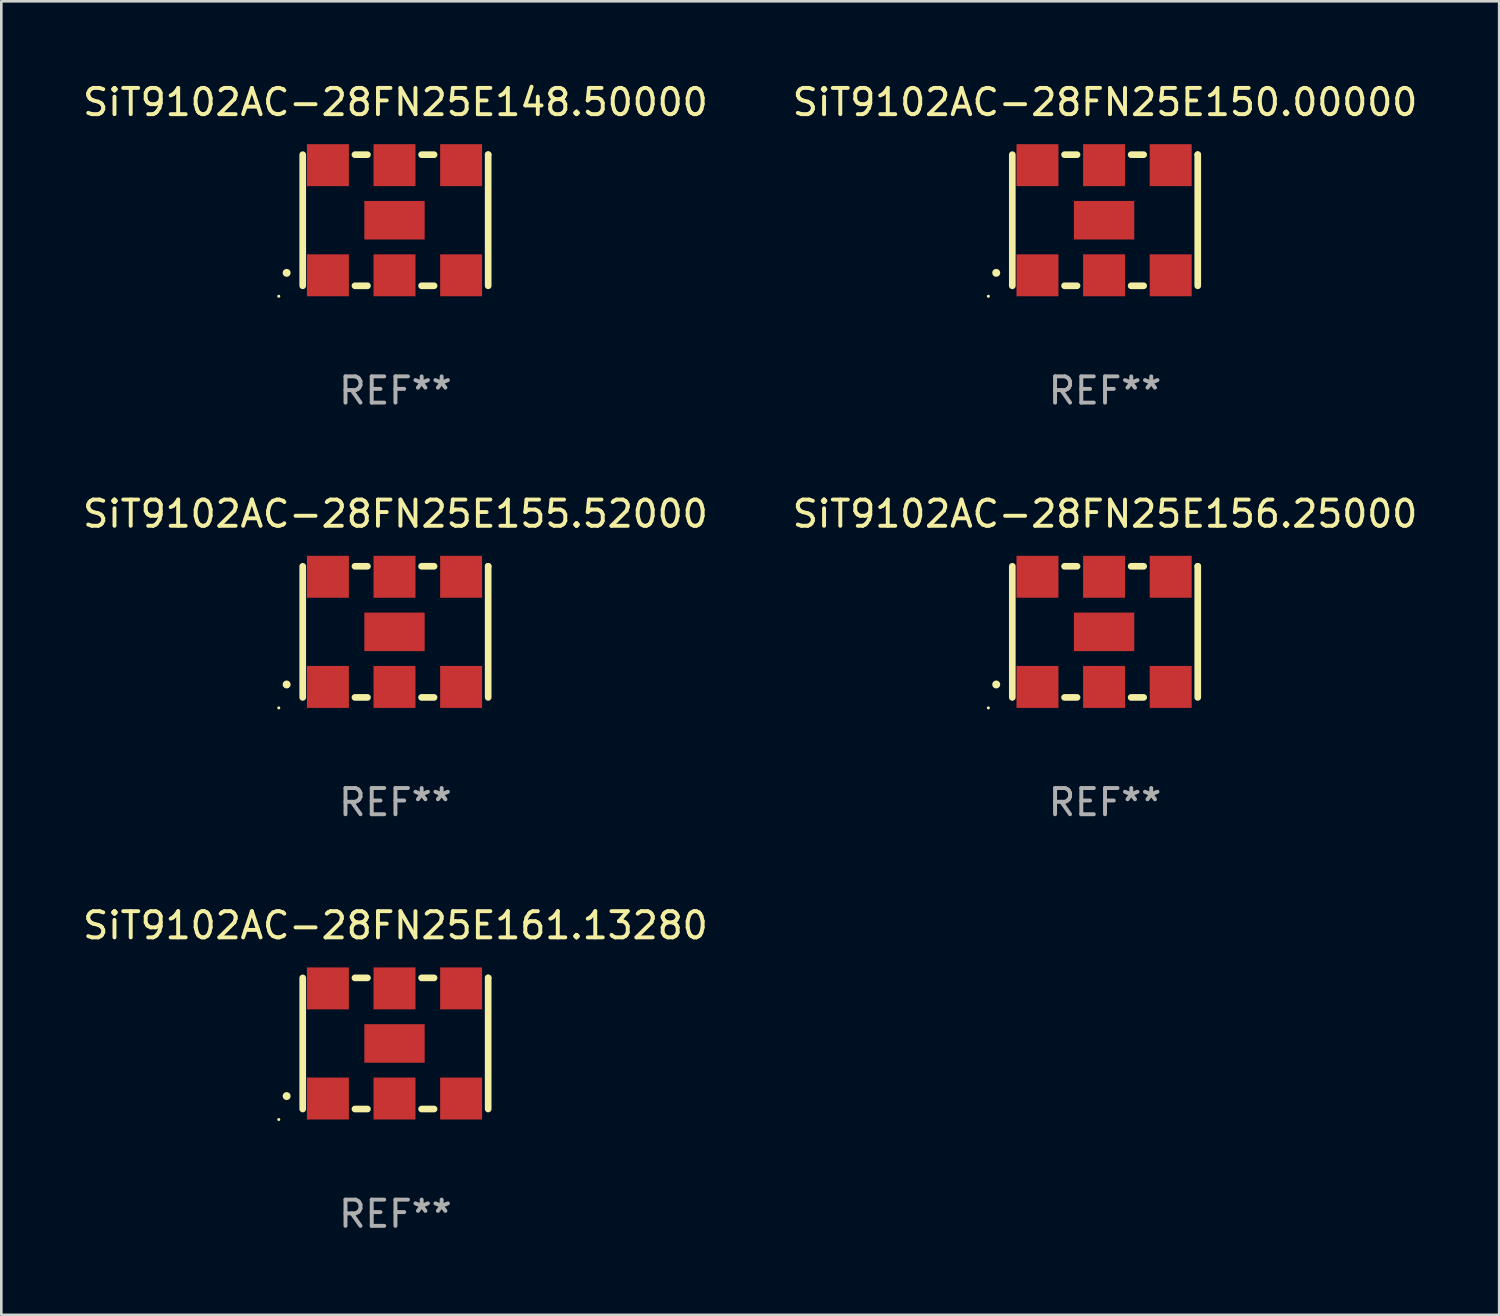
<source format=kicad_pcb>
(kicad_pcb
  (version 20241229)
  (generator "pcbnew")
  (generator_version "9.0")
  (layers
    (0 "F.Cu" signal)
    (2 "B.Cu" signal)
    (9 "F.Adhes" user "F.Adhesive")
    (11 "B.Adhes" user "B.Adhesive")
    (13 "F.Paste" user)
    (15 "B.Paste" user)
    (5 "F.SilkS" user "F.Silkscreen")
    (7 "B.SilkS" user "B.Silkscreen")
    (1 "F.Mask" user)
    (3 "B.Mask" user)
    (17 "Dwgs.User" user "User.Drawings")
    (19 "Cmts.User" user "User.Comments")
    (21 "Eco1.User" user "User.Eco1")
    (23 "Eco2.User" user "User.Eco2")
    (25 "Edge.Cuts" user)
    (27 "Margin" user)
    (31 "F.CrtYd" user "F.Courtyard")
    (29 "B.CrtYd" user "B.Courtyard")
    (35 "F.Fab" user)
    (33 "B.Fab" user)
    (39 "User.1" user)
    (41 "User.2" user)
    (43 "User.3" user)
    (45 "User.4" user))
  (footprint "SiT9102AC-28FN25E148.50000"
    (layer "F.Cu")
    (at 12.03 5.348)
    (property "Reference" "SiT9102AC-28FN25E148.50000" (at 0 -4.5 0) (layer "F.SilkS") (effects (font (size 1 1) (thickness 0.15))))
    (attr through_hole)
    (fp_line (start -3.536 -2.5) (end -3.536 2.5) (stroke (width 0.254) (type solid)) (layer "F.SilkS"))
    (fp_line (start -1.544 2.5) (end -1.067 2.5) (stroke (width 0.254) (type solid)) (layer "F.SilkS"))
    (fp_line (start -1.067 -2.5) (end -1.544 -2.5) (stroke (width 0.254) (type solid)) (layer "F.SilkS"))
    (fp_line (start 0.996 2.5) (end 1.473 2.5) (stroke (width 0.254) (type solid)) (layer "F.SilkS"))
    (fp_line (start 1.473 -2.5) (end 0.996 -2.5) (stroke (width 0.254) (type solid)) (layer "F.SilkS"))
    (fp_line (start 3.536 -2.5) (end 3.536 -2.5) (stroke (width 0.254) (type solid)) (layer "F.SilkS"))
    (fp_line (start 3.536 2.5) (end 3.536 -2.5) (stroke (width 0.254) (type solid)) (layer "F.SilkS"))
    (fp_arc (start -4.150432 2.006604) (mid -4.149162 2.006599) (end -4.147892 2.006604) (stroke (width 0.3) (type solid)) (layer "F.SilkS"))
    (fp_circle (center -4.449 2.9) (end -4.419 2.9) (stroke (width 0.06) (type solid)) (fill no) (layer "F.SilkS"))
    (fp_text user "REF**" (at 0 6.5 0) (layer "F.Fab") (effects (font (size 1 1) (thickness 0.15))))
    (pad "1" smd rect (at -2.576 2.1) (size 1.6 1.6) (layers "F.Cu" "F.Mask" "F.Paste"))
    (pad "2" smd rect (at -0.036 2.1) (size 1.6 1.6) (layers "F.Cu" "F.Mask" "F.Paste"))
    (pad "3" smd rect (at 2.504 2.1) (size 1.6 1.6) (layers "F.Cu" "F.Mask" "F.Paste"))
    (pad "4" smd rect (at 2.504 -2.1) (size 1.6 1.6) (layers "F.Cu" "F.Mask" "F.Paste"))
    (pad "5" smd rect (at -0.036 -2.1) (size 1.6 1.6) (layers "F.Cu" "F.Mask" "F.Paste"))
    (pad "6" smd rect (at -2.576 -2.1) (size 1.6 1.6) (layers "F.Cu" "F.Mask" "F.Paste"))
    (pad "7" smd rect (at -0.036 0) (size 2.3 1.47) (layers "F.Cu" "F.Mask" "F.Paste")))
  (footprint "SiT9102AC-28FN25E156.25000"
    (layer "F.Cu")
    (at 39.089 21.045)
    (property "Reference" "SiT9102AC-28FN25E156.25000" (at 0 -4.5 0) (layer "F.SilkS") (effects (font (size 1 1) (thickness 0.15))))
    (attr through_hole)
    (fp_line (start -3.536 -2.5) (end -3.536 2.5) (stroke (width 0.254) (type solid)) (layer "F.SilkS"))
    (fp_line (start -1.544 2.5) (end -1.067 2.5) (stroke (width 0.254) (type solid)) (layer "F.SilkS"))
    (fp_line (start -1.067 -2.5) (end -1.544 -2.5) (stroke (width 0.254) (type solid)) (layer "F.SilkS"))
    (fp_line (start 0.996 2.5) (end 1.473 2.5) (stroke (width 0.254) (type solid)) (layer "F.SilkS"))
    (fp_line (start 1.473 -2.5) (end 0.996 -2.5) (stroke (width 0.254) (type solid)) (layer "F.SilkS"))
    (fp_line (start 3.536 -2.5) (end 3.536 -2.5) (stroke (width 0.254) (type solid)) (layer "F.SilkS"))
    (fp_line (start 3.536 2.5) (end 3.536 -2.5) (stroke (width 0.254) (type solid)) (layer "F.SilkS"))
    (fp_arc (start -4.150432 2.006604) (mid -4.149162 2.006599) (end -4.147892 2.006604) (stroke (width 0.3) (type solid)) (layer "F.SilkS"))
    (fp_circle (center -4.449 2.9) (end -4.419 2.9) (stroke (width 0.06) (type solid)) (fill no) (layer "F.SilkS"))
    (fp_text user "REF**" (at 0 6.5 0) (layer "F.Fab") (effects (font (size 1 1) (thickness 0.15))))
    (pad "1" smd rect (at -2.576 2.1) (size 1.6 1.6) (layers "F.Cu" "F.Mask" "F.Paste"))
    (pad "2" smd rect (at -0.036 2.1) (size 1.6 1.6) (layers "F.Cu" "F.Mask" "F.Paste"))
    (pad "3" smd rect (at 2.504 2.1) (size 1.6 1.6) (layers "F.Cu" "F.Mask" "F.Paste"))
    (pad "4" smd rect (at 2.504 -2.1) (size 1.6 1.6) (layers "F.Cu" "F.Mask" "F.Paste"))
    (pad "5" smd rect (at -0.036 -2.1) (size 1.6 1.6) (layers "F.Cu" "F.Mask" "F.Paste"))
    (pad "6" smd rect (at -2.576 -2.1) (size 1.6 1.6) (layers "F.Cu" "F.Mask" "F.Paste"))
    (pad "7" smd rect (at -0.036 0) (size 2.3 1.47) (layers "F.Cu" "F.Mask" "F.Paste")))
  (footprint "SiT9102AC-28FN25E161.13280"
    (layer "F.Cu")
    (at 12.03 36.741)
    (property "Reference" "SiT9102AC-28FN25E161.13280" (at 0 -4.5 0) (layer "F.SilkS") (effects (font (size 1 1) (thickness 0.15))))
    (attr through_hole)
    (fp_line (start -3.536 -2.5) (end -3.536 2.5) (stroke (width 0.254) (type solid)) (layer "F.SilkS"))
    (fp_line (start -1.544 2.5) (end -1.067 2.5) (stroke (width 0.254) (type solid)) (layer "F.SilkS"))
    (fp_line (start -1.067 -2.5) (end -1.544 -2.5) (stroke (width 0.254) (type solid)) (layer "F.SilkS"))
    (fp_line (start 0.996 2.5) (end 1.473 2.5) (stroke (width 0.254) (type solid)) (layer "F.SilkS"))
    (fp_line (start 1.473 -2.5) (end 0.996 -2.5) (stroke (width 0.254) (type solid)) (layer "F.SilkS"))
    (fp_line (start 3.536 -2.5) (end 3.536 -2.5) (stroke (width 0.254) (type solid)) (layer "F.SilkS"))
    (fp_line (start 3.536 2.5) (end 3.536 -2.5) (stroke (width 0.254) (type solid)) (layer "F.SilkS"))
    (fp_arc (start -4.150432 2.006604) (mid -4.149162 2.006599) (end -4.147892 2.006604) (stroke (width 0.3) (type solid)) (layer "F.SilkS"))
    (fp_circle (center -4.449 2.9) (end -4.419 2.9) (stroke (width 0.06) (type solid)) (fill no) (layer "F.SilkS"))
    (fp_text user "REF**" (at 0 6.5 0) (layer "F.Fab") (effects (font (size 1 1) (thickness 0.15))))
    (pad "1" smd rect (at -2.576 2.1) (size 1.6 1.6) (layers "F.Cu" "F.Mask" "F.Paste"))
    (pad "2" smd rect (at -0.036 2.1) (size 1.6 1.6) (layers "F.Cu" "F.Mask" "F.Paste"))
    (pad "3" smd rect (at 2.504 2.1) (size 1.6 1.6) (layers "F.Cu" "F.Mask" "F.Paste"))
    (pad "4" smd rect (at 2.504 -2.1) (size 1.6 1.6) (layers "F.Cu" "F.Mask" "F.Paste"))
    (pad "5" smd rect (at -0.036 -2.1) (size 1.6 1.6) (layers "F.Cu" "F.Mask" "F.Paste"))
    (pad "6" smd rect (at -2.576 -2.1) (size 1.6 1.6) (layers "F.Cu" "F.Mask" "F.Paste"))
    (pad "7" smd rect (at -0.036 0) (size 2.3 1.47) (layers "F.Cu" "F.Mask" "F.Paste")))
  (footprint "SiT9102AC-28FN25E155.52000"
    (layer "F.Cu")
    (at 12.03 21.045)
    (property "Reference" "SiT9102AC-28FN25E155.52000" (at 0 -4.5 0) (layer "F.SilkS") (effects (font (size 1 1) (thickness 0.15))))
    (attr through_hole)
    (fp_line (start -3.536 -2.5) (end -3.536 2.5) (stroke (width 0.254) (type solid)) (layer "F.SilkS"))
    (fp_line (start -1.544 2.5) (end -1.067 2.5) (stroke (width 0.254) (type solid)) (layer "F.SilkS"))
    (fp_line (start -1.067 -2.5) (end -1.544 -2.5) (stroke (width 0.254) (type solid)) (layer "F.SilkS"))
    (fp_line (start 0.996 2.5) (end 1.473 2.5) (stroke (width 0.254) (type solid)) (layer "F.SilkS"))
    (fp_line (start 1.473 -2.5) (end 0.996 -2.5) (stroke (width 0.254) (type solid)) (layer "F.SilkS"))
    (fp_line (start 3.536 -2.5) (end 3.536 -2.5) (stroke (width 0.254) (type solid)) (layer "F.SilkS"))
    (fp_line (start 3.536 2.5) (end 3.536 -2.5) (stroke (width 0.254) (type solid)) (layer "F.SilkS"))
    (fp_arc (start -4.150432 2.006604) (mid -4.149162 2.006599) (end -4.147892 2.006604) (stroke (width 0.3) (type solid)) (layer "F.SilkS"))
    (fp_circle (center -4.449 2.9) (end -4.419 2.9) (stroke (width 0.06) (type solid)) (fill no) (layer "F.SilkS"))
    (fp_text user "REF**" (at 0 6.5 0) (layer "F.Fab") (effects (font (size 1 1) (thickness 0.15))))
    (pad "1" smd rect (at -2.576 2.1) (size 1.6 1.6) (layers "F.Cu" "F.Mask" "F.Paste"))
    (pad "2" smd rect (at -0.036 2.1) (size 1.6 1.6) (layers "F.Cu" "F.Mask" "F.Paste"))
    (pad "3" smd rect (at 2.504 2.1) (size 1.6 1.6) (layers "F.Cu" "F.Mask" "F.Paste"))
    (pad "4" smd rect (at 2.504 -2.1) (size 1.6 1.6) (layers "F.Cu" "F.Mask" "F.Paste"))
    (pad "5" smd rect (at -0.036 -2.1) (size 1.6 1.6) (layers "F.Cu" "F.Mask" "F.Paste"))
    (pad "6" smd rect (at -2.576 -2.1) (size 1.6 1.6) (layers "F.Cu" "F.Mask" "F.Paste"))
    (pad "7" smd rect (at -0.036 0) (size 2.3 1.47) (layers "F.Cu" "F.Mask" "F.Paste")))
  (footprint "SiT9102AC-28FN25E150.00000"
    (layer "F.Cu")
    (at 39.089 5.348)
    (property "Reference" "SiT9102AC-28FN25E150.00000" (at 0 -4.5 0) (layer "F.SilkS") (effects (font (size 1 1) (thickness 0.15))))
    (attr through_hole)
    (fp_line (start -3.536 -2.5) (end -3.536 2.5) (stroke (width 0.254) (type solid)) (layer "F.SilkS"))
    (fp_line (start -1.544 2.5) (end -1.067 2.5) (stroke (width 0.254) (type solid)) (layer "F.SilkS"))
    (fp_line (start -1.067 -2.5) (end -1.544 -2.5) (stroke (width 0.254) (type solid)) (layer "F.SilkS"))
    (fp_line (start 0.996 2.5) (end 1.473 2.5) (stroke (width 0.254) (type solid)) (layer "F.SilkS"))
    (fp_line (start 1.473 -2.5) (end 0.996 -2.5) (stroke (width 0.254) (type solid)) (layer "F.SilkS"))
    (fp_line (start 3.536 -2.5) (end 3.536 -2.5) (stroke (width 0.254) (type solid)) (layer "F.SilkS"))
    (fp_line (start 3.536 2.5) (end 3.536 -2.5) (stroke (width 0.254) (type solid)) (layer "F.SilkS"))
    (fp_arc (start -4.150432 2.006604) (mid -4.149162 2.006599) (end -4.147892 2.006604) (stroke (width 0.3) (type solid)) (layer "F.SilkS"))
    (fp_circle (center -4.449 2.9) (end -4.419 2.9) (stroke (width 0.06) (type solid)) (fill no) (layer "F.SilkS"))
    (fp_text user "REF**" (at 0 6.5 0) (layer "F.Fab") (effects (font (size 1 1) (thickness 0.15))))
    (pad "1" smd rect (at -2.576 2.1) (size 1.6 1.6) (layers "F.Cu" "F.Mask" "F.Paste"))
    (pad "2" smd rect (at -0.036 2.1) (size 1.6 1.6) (layers "F.Cu" "F.Mask" "F.Paste"))
    (pad "3" smd rect (at 2.504 2.1) (size 1.6 1.6) (layers "F.Cu" "F.Mask" "F.Paste"))
    (pad "4" smd rect (at 2.504 -2.1) (size 1.6 1.6) (layers "F.Cu" "F.Mask" "F.Paste"))
    (pad "5" smd rect (at -0.036 -2.1) (size 1.6 1.6) (layers "F.Cu" "F.Mask" "F.Paste"))
    (pad "6" smd rect (at -2.576 -2.1) (size 1.6 1.6) (layers "F.Cu" "F.Mask" "F.Paste"))
    (pad "7" smd rect (at -0.036 0) (size 2.3 1.47) (layers "F.Cu" "F.Mask" "F.Paste")))
  (gr_rect
    (start -3 -3)
    (end 54.119 47.09)
    (stroke (width 0.1) (type default))
    (fill no)
    (layer "Edge.Cuts")))
</source>
